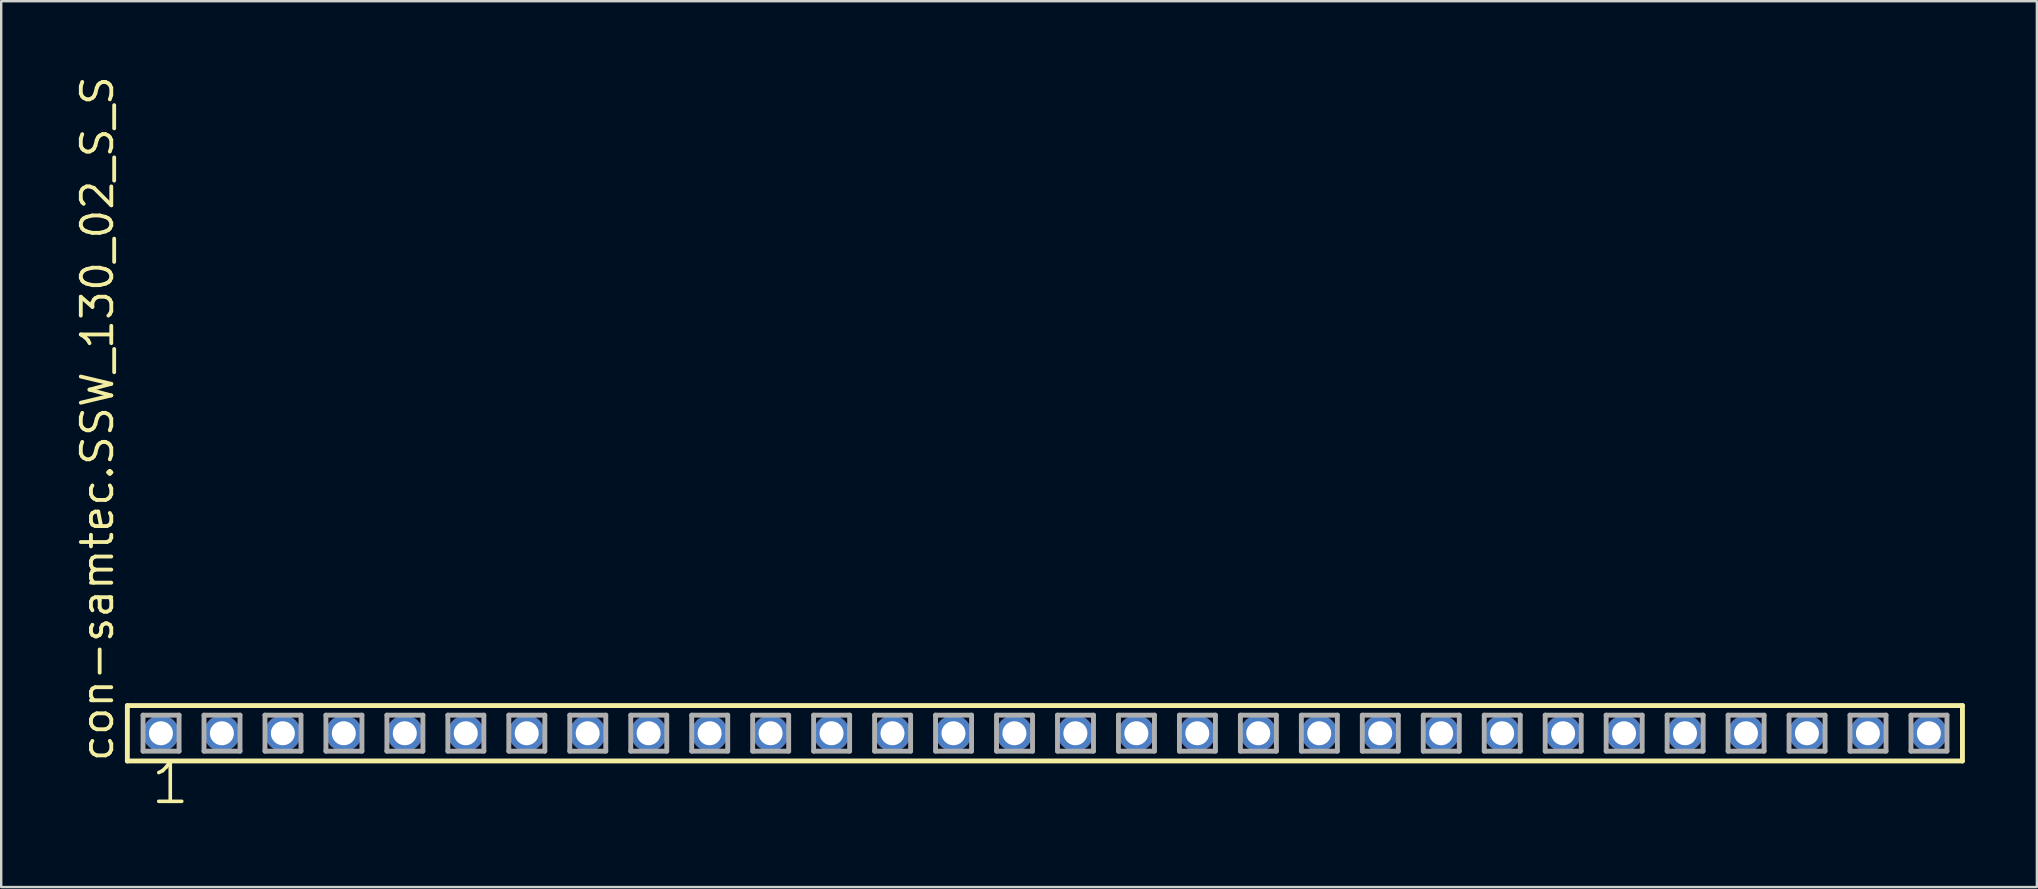
<source format=kicad_pcb>
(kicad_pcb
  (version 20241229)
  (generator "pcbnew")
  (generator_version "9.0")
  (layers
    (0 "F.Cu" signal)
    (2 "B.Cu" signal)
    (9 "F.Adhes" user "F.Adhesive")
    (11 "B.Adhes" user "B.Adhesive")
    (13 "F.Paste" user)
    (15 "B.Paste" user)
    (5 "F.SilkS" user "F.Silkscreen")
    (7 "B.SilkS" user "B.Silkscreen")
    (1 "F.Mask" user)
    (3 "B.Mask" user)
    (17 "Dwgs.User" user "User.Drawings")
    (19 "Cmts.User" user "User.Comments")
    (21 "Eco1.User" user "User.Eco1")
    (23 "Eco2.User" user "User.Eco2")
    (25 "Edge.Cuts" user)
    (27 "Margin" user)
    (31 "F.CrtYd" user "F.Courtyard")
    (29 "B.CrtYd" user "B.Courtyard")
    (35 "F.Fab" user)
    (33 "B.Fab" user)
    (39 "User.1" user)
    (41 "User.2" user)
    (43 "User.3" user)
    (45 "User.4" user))
  (footprint "con-samtec.SSW_130_02_S_S"
    (layer "F.Cu")
    (at 40.485 27.501)
    (property "Reference" "con-samtec.SSW_130_02_S_S" (at -38.735 1.27 90) (layer "F.SilkS") (effects (font (size 1.27 1.27) (thickness 0.16)) (justify left bottom)))
    (attr through_hole)
    (fp_line (start -38.229 -1.155) (end 38.229 -1.155) (stroke (width 0.203) (type default)) (layer "F.SilkS"))
    (fp_line (start -38.229 1.155) (end -38.229 -1.155) (stroke (width 0.203) (type default)) (layer "F.SilkS"))
    (fp_line (start 38.229 -1.155) (end 38.229 1.155) (stroke (width 0.203) (type default)) (layer "F.SilkS"))
    (fp_line (start 38.229 1.155) (end -38.229 1.155) (stroke (width 0.203) (type default)) (layer "F.SilkS"))
    (fp_line (start -37.575 -0.755) (end -36.075 -0.755) (stroke (width 0.203) (type default)) (layer "F.Fab"))
    (fp_line (start -37.575 0.745) (end -37.575 -0.755) (stroke (width 0.203) (type default)) (layer "F.Fab"))
    (fp_line (start -36.075 -0.755) (end -36.075 0.745) (stroke (width 0.203) (type default)) (layer "F.Fab"))
    (fp_line (start -36.075 0.745) (end -37.575 0.745) (stroke (width 0.203) (type default)) (layer "F.Fab"))
    (fp_line (start -35.035 -0.755) (end -33.535 -0.755) (stroke (width 0.203) (type default)) (layer "F.Fab"))
    (fp_line (start -35.035 0.745) (end -35.035 -0.755) (stroke (width 0.203) (type default)) (layer "F.Fab"))
    (fp_line (start -33.535 -0.755) (end -33.535 0.745) (stroke (width 0.203) (type default)) (layer "F.Fab"))
    (fp_line (start -33.535 0.745) (end -35.035 0.745) (stroke (width 0.203) (type default)) (layer "F.Fab"))
    (fp_line (start -32.495 -0.755) (end -30.995 -0.755) (stroke (width 0.203) (type default)) (layer "F.Fab"))
    (fp_line (start -32.495 0.745) (end -32.495 -0.755) (stroke (width 0.203) (type default)) (layer "F.Fab"))
    (fp_line (start -30.995 -0.755) (end -30.995 0.745) (stroke (width 0.203) (type default)) (layer "F.Fab"))
    (fp_line (start -30.995 0.745) (end -32.495 0.745) (stroke (width 0.203) (type default)) (layer "F.Fab"))
    (fp_line (start -29.955 -0.755) (end -28.455 -0.755) (stroke (width 0.203) (type default)) (layer "F.Fab"))
    (fp_line (start -29.955 0.745) (end -29.955 -0.755) (stroke (width 0.203) (type default)) (layer "F.Fab"))
    (fp_line (start -28.455 -0.755) (end -28.455 0.745) (stroke (width 0.203) (type default)) (layer "F.Fab"))
    (fp_line (start -28.455 0.745) (end -29.955 0.745) (stroke (width 0.203) (type default)) (layer "F.Fab"))
    (fp_line (start -27.415 -0.755) (end -25.915 -0.755) (stroke (width 0.203) (type default)) (layer "F.Fab"))
    (fp_line (start -27.415 0.745) (end -27.415 -0.755) (stroke (width 0.203) (type default)) (layer "F.Fab"))
    (fp_line (start -25.915 -0.755) (end -25.915 0.745) (stroke (width 0.203) (type default)) (layer "F.Fab"))
    (fp_line (start -25.915 0.745) (end -27.415 0.745) (stroke (width 0.203) (type default)) (layer "F.Fab"))
    (fp_line (start -24.875 -0.755) (end -23.375 -0.755) (stroke (width 0.203) (type default)) (layer "F.Fab"))
    (fp_line (start -24.875 0.745) (end -24.875 -0.755) (stroke (width 0.203) (type default)) (layer "F.Fab"))
    (fp_line (start -23.375 -0.755) (end -23.375 0.745) (stroke (width 0.203) (type default)) (layer "F.Fab"))
    (fp_line (start -23.375 0.745) (end -24.875 0.745) (stroke (width 0.203) (type default)) (layer "F.Fab"))
    (fp_line (start -22.335 -0.755) (end -20.835 -0.755) (stroke (width 0.203) (type default)) (layer "F.Fab"))
    (fp_line (start -22.335 0.745) (end -22.335 -0.755) (stroke (width 0.203) (type default)) (layer "F.Fab"))
    (fp_line (start -20.835 -0.755) (end -20.835 0.745) (stroke (width 0.203) (type default)) (layer "F.Fab"))
    (fp_line (start -20.835 0.745) (end -22.335 0.745) (stroke (width 0.203) (type default)) (layer "F.Fab"))
    (fp_line (start -19.795 -0.755) (end -18.295 -0.755) (stroke (width 0.203) (type default)) (layer "F.Fab"))
    (fp_line (start -19.795 0.745) (end -19.795 -0.755) (stroke (width 0.203) (type default)) (layer "F.Fab"))
    (fp_line (start -18.295 -0.755) (end -18.295 0.745) (stroke (width 0.203) (type default)) (layer "F.Fab"))
    (fp_line (start -18.295 0.745) (end -19.795 0.745) (stroke (width 0.203) (type default)) (layer "F.Fab"))
    (fp_line (start -17.255 -0.755) (end -15.755 -0.755) (stroke (width 0.203) (type default)) (layer "F.Fab"))
    (fp_line (start -17.255 0.745) (end -17.255 -0.755) (stroke (width 0.203) (type default)) (layer "F.Fab"))
    (fp_line (start -15.755 -0.755) (end -15.755 0.745) (stroke (width 0.203) (type default)) (layer "F.Fab"))
    (fp_line (start -15.755 0.745) (end -17.255 0.745) (stroke (width 0.203) (type default)) (layer "F.Fab"))
    (fp_line (start -14.715 -0.755) (end -13.215 -0.755) (stroke (width 0.203) (type default)) (layer "F.Fab"))
    (fp_line (start -14.715 0.745) (end -14.715 -0.755) (stroke (width 0.203) (type default)) (layer "F.Fab"))
    (fp_line (start -13.215 -0.755) (end -13.215 0.745) (stroke (width 0.203) (type default)) (layer "F.Fab"))
    (fp_line (start -13.215 0.745) (end -14.715 0.745) (stroke (width 0.203) (type default)) (layer "F.Fab"))
    (fp_line (start -12.175 -0.755) (end -10.675 -0.755) (stroke (width 0.203) (type default)) (layer "F.Fab"))
    (fp_line (start -12.175 0.745) (end -12.175 -0.755) (stroke (width 0.203) (type default)) (layer "F.Fab"))
    (fp_line (start -10.675 -0.755) (end -10.675 0.745) (stroke (width 0.203) (type default)) (layer "F.Fab"))
    (fp_line (start -10.675 0.745) (end -12.175 0.745) (stroke (width 0.203) (type default)) (layer "F.Fab"))
    (fp_line (start -9.635 -0.755) (end -8.135 -0.755) (stroke (width 0.203) (type default)) (layer "F.Fab"))
    (fp_line (start -9.635 0.745) (end -9.635 -0.755) (stroke (width 0.203) (type default)) (layer "F.Fab"))
    (fp_line (start -8.135 -0.755) (end -8.135 0.745) (stroke (width 0.203) (type default)) (layer "F.Fab"))
    (fp_line (start -8.135 0.745) (end -9.635 0.745) (stroke (width 0.203) (type default)) (layer "F.Fab"))
    (fp_line (start -7.095 -0.755) (end -5.595 -0.755) (stroke (width 0.203) (type default)) (layer "F.Fab"))
    (fp_line (start -7.095 0.745) (end -7.095 -0.755) (stroke (width 0.203) (type default)) (layer "F.Fab"))
    (fp_line (start -5.595 -0.755) (end -5.595 0.745) (stroke (width 0.203) (type default)) (layer "F.Fab"))
    (fp_line (start -5.595 0.745) (end -7.095 0.745) (stroke (width 0.203) (type default)) (layer "F.Fab"))
    (fp_line (start -4.555 -0.755) (end -3.055 -0.755) (stroke (width 0.203) (type default)) (layer "F.Fab"))
    (fp_line (start -4.555 0.745) (end -4.555 -0.755) (stroke (width 0.203) (type default)) (layer "F.Fab"))
    (fp_line (start -3.055 -0.755) (end -3.055 0.745) (stroke (width 0.203) (type default)) (layer "F.Fab"))
    (fp_line (start -3.055 0.745) (end -4.555 0.745) (stroke (width 0.203) (type default)) (layer "F.Fab"))
    (fp_line (start -2.015 -0.755) (end -0.515 -0.755) (stroke (width 0.203) (type default)) (layer "F.Fab"))
    (fp_line (start -2.015 0.745) (end -2.015 -0.755) (stroke (width 0.203) (type default)) (layer "F.Fab"))
    (fp_line (start -0.515 -0.755) (end -0.515 0.745) (stroke (width 0.203) (type default)) (layer "F.Fab"))
    (fp_line (start -0.515 0.745) (end -2.015 0.745) (stroke (width 0.203) (type default)) (layer "F.Fab"))
    (fp_line (start 0.525 -0.755) (end 2.025 -0.755) (stroke (width 0.203) (type default)) (layer "F.Fab"))
    (fp_line (start 0.525 0.745) (end 0.525 -0.755) (stroke (width 0.203) (type default)) (layer "F.Fab"))
    (fp_line (start 2.025 -0.755) (end 2.025 0.745) (stroke (width 0.203) (type default)) (layer "F.Fab"))
    (fp_line (start 2.025 0.745) (end 0.525 0.745) (stroke (width 0.203) (type default)) (layer "F.Fab"))
    (fp_line (start 3.065 -0.755) (end 4.565 -0.755) (stroke (width 0.203) (type default)) (layer "F.Fab"))
    (fp_line (start 3.065 0.745) (end 3.065 -0.755) (stroke (width 0.203) (type default)) (layer "F.Fab"))
    (fp_line (start 4.565 -0.755) (end 4.565 0.745) (stroke (width 0.203) (type default)) (layer "F.Fab"))
    (fp_line (start 4.565 0.745) (end 3.065 0.745) (stroke (width 0.203) (type default)) (layer "F.Fab"))
    (fp_line (start 5.605 -0.755) (end 7.105 -0.755) (stroke (width 0.203) (type default)) (layer "F.Fab"))
    (fp_line (start 5.605 0.745) (end 5.605 -0.755) (stroke (width 0.203) (type default)) (layer "F.Fab"))
    (fp_line (start 7.105 -0.755) (end 7.105 0.745) (stroke (width 0.203) (type default)) (layer "F.Fab"))
    (fp_line (start 7.105 0.745) (end 5.605 0.745) (stroke (width 0.203) (type default)) (layer "F.Fab"))
    (fp_line (start 8.145 -0.755) (end 9.645 -0.755) (stroke (width 0.203) (type default)) (layer "F.Fab"))
    (fp_line (start 8.145 0.745) (end 8.145 -0.755) (stroke (width 0.203) (type default)) (layer "F.Fab"))
    (fp_line (start 9.645 -0.755) (end 9.645 0.745) (stroke (width 0.203) (type default)) (layer "F.Fab"))
    (fp_line (start 9.645 0.745) (end 8.145 0.745) (stroke (width 0.203) (type default)) (layer "F.Fab"))
    (fp_line (start 10.685 -0.755) (end 12.185 -0.755) (stroke (width 0.203) (type default)) (layer "F.Fab"))
    (fp_line (start 10.685 0.745) (end 10.685 -0.755) (stroke (width 0.203) (type default)) (layer "F.Fab"))
    (fp_line (start 12.185 -0.755) (end 12.185 0.745) (stroke (width 0.203) (type default)) (layer "F.Fab"))
    (fp_line (start 12.185 0.745) (end 10.685 0.745) (stroke (width 0.203) (type default)) (layer "F.Fab"))
    (fp_line (start 13.225 -0.755) (end 14.725 -0.755) (stroke (width 0.203) (type default)) (layer "F.Fab"))
    (fp_line (start 13.225 0.745) (end 13.225 -0.755) (stroke (width 0.203) (type default)) (layer "F.Fab"))
    (fp_line (start 14.725 -0.755) (end 14.725 0.745) (stroke (width 0.203) (type default)) (layer "F.Fab"))
    (fp_line (start 14.725 0.745) (end 13.225 0.745) (stroke (width 0.203) (type default)) (layer "F.Fab"))
    (fp_line (start 15.765 -0.755) (end 17.265 -0.755) (stroke (width 0.203) (type default)) (layer "F.Fab"))
    (fp_line (start 15.765 0.745) (end 15.765 -0.755) (stroke (width 0.203) (type default)) (layer "F.Fab"))
    (fp_line (start 17.265 -0.755) (end 17.265 0.745) (stroke (width 0.203) (type default)) (layer "F.Fab"))
    (fp_line (start 17.265 0.745) (end 15.765 0.745) (stroke (width 0.203) (type default)) (layer "F.Fab"))
    (fp_line (start 18.305 -0.755) (end 19.805 -0.755) (stroke (width 0.203) (type default)) (layer "F.Fab"))
    (fp_line (start 18.305 0.745) (end 18.305 -0.755) (stroke (width 0.203) (type default)) (layer "F.Fab"))
    (fp_line (start 19.805 -0.755) (end 19.805 0.745) (stroke (width 0.203) (type default)) (layer "F.Fab"))
    (fp_line (start 19.805 0.745) (end 18.305 0.745) (stroke (width 0.203) (type default)) (layer "F.Fab"))
    (fp_line (start 20.845 -0.755) (end 22.345 -0.755) (stroke (width 0.203) (type default)) (layer "F.Fab"))
    (fp_line (start 20.845 0.745) (end 20.845 -0.755) (stroke (width 0.203) (type default)) (layer "F.Fab"))
    (fp_line (start 22.345 -0.755) (end 22.345 0.745) (stroke (width 0.203) (type default)) (layer "F.Fab"))
    (fp_line (start 22.345 0.745) (end 20.845 0.745) (stroke (width 0.203) (type default)) (layer "F.Fab"))
    (fp_line (start 23.385 -0.755) (end 24.885 -0.755) (stroke (width 0.203) (type default)) (layer "F.Fab"))
    (fp_line (start 23.385 0.745) (end 23.385 -0.755) (stroke (width 0.203) (type default)) (layer "F.Fab"))
    (fp_line (start 24.885 -0.755) (end 24.885 0.745) (stroke (width 0.203) (type default)) (layer "F.Fab"))
    (fp_line (start 24.885 0.745) (end 23.385 0.745) (stroke (width 0.203) (type default)) (layer "F.Fab"))
    (fp_line (start 25.925 -0.755) (end 27.425 -0.755) (stroke (width 0.203) (type default)) (layer "F.Fab"))
    (fp_line (start 25.925 0.745) (end 25.925 -0.755) (stroke (width 0.203) (type default)) (layer "F.Fab"))
    (fp_line (start 27.425 -0.755) (end 27.425 0.745) (stroke (width 0.203) (type default)) (layer "F.Fab"))
    (fp_line (start 27.425 0.745) (end 25.925 0.745) (stroke (width 0.203) (type default)) (layer "F.Fab"))
    (fp_line (start 28.465 -0.755) (end 29.965 -0.755) (stroke (width 0.203) (type default)) (layer "F.Fab"))
    (fp_line (start 28.465 0.745) (end 28.465 -0.755) (stroke (width 0.203) (type default)) (layer "F.Fab"))
    (fp_line (start 29.965 -0.755) (end 29.965 0.745) (stroke (width 0.203) (type default)) (layer "F.Fab"))
    (fp_line (start 29.965 0.745) (end 28.465 0.745) (stroke (width 0.203) (type default)) (layer "F.Fab"))
    (fp_line (start 31.005 -0.755) (end 32.505 -0.755) (stroke (width 0.203) (type default)) (layer "F.Fab"))
    (fp_line (start 31.005 0.745) (end 31.005 -0.755) (stroke (width 0.203) (type default)) (layer "F.Fab"))
    (fp_line (start 32.505 -0.755) (end 32.505 0.745) (stroke (width 0.203) (type default)) (layer "F.Fab"))
    (fp_line (start 32.505 0.745) (end 31.005 0.745) (stroke (width 0.203) (type default)) (layer "F.Fab"))
    (fp_line (start 33.545 -0.755) (end 35.045 -0.755) (stroke (width 0.203) (type default)) (layer "F.Fab"))
    (fp_line (start 33.545 0.745) (end 33.545 -0.755) (stroke (width 0.203) (type default)) (layer "F.Fab"))
    (fp_line (start 35.045 -0.755) (end 35.045 0.745) (stroke (width 0.203) (type default)) (layer "F.Fab"))
    (fp_line (start 35.045 0.745) (end 33.545 0.745) (stroke (width 0.203) (type default)) (layer "F.Fab"))
    (fp_line (start 36.085 -0.755) (end 37.585 -0.755) (stroke (width 0.203) (type default)) (layer "F.Fab"))
    (fp_line (start 36.085 0.745) (end 36.085 -0.755) (stroke (width 0.203) (type default)) (layer "F.Fab"))
    (fp_line (start 37.585 -0.755) (end 37.585 0.745) (stroke (width 0.203) (type default)) (layer "F.Fab"))
    (fp_line (start 37.585 0.745) (end 36.085 0.745) (stroke (width 0.203) (type default)) (layer "F.Fab"))
    (fp_text user "1" (at -37.338 3.048 0) (layer "F.SilkS") (effects (font (size 1.676 1.676) (thickness 0.15)) (justify left bottom)))
    (pad "1" thru_hole circle (at -36.83 0) (size 1.5 1.5) (drill 1) (layers "*.Cu" "*.Mask"))
    (pad "2" thru_hole circle (at -34.29 0) (size 1.5 1.5) (drill 1) (layers "*.Cu" "*.Mask"))
    (pad "3" thru_hole circle (at -31.75 0) (size 1.5 1.5) (drill 1) (layers "*.Cu" "*.Mask"))
    (pad "4" thru_hole circle (at -29.21 0) (size 1.5 1.5) (drill 1) (layers "*.Cu" "*.Mask"))
    (pad "5" thru_hole circle (at -26.67 0) (size 1.5 1.5) (drill 1) (layers "*.Cu" "*.Mask"))
    (pad "6" thru_hole circle (at -24.13 0) (size 1.5 1.5) (drill 1) (layers "*.Cu" "*.Mask"))
    (pad "7" thru_hole circle (at -21.59 0) (size 1.5 1.5) (drill 1) (layers "*.Cu" "*.Mask"))
    (pad "8" thru_hole circle (at -19.05 0) (size 1.5 1.5) (drill 1) (layers "*.Cu" "*.Mask"))
    (pad "9" thru_hole circle (at -16.51 0) (size 1.5 1.5) (drill 1) (layers "*.Cu" "*.Mask"))
    (pad "10" thru_hole circle (at -13.97 0) (size 1.5 1.5) (drill 1) (layers "*.Cu" "*.Mask"))
    (pad "11" thru_hole circle (at -11.43 0) (size 1.5 1.5) (drill 1) (layers "*.Cu" "*.Mask"))
    (pad "12" thru_hole circle (at -8.89 0) (size 1.5 1.5) (drill 1) (layers "*.Cu" "*.Mask"))
    (pad "13" thru_hole circle (at -6.35 0) (size 1.5 1.5) (drill 1) (layers "*.Cu" "*.Mask"))
    (pad "14" thru_hole circle (at -3.81 0) (size 1.5 1.5) (drill 1) (layers "*.Cu" "*.Mask"))
    (pad "15" thru_hole circle (at -1.27 0) (size 1.5 1.5) (drill 1) (layers "*.Cu" "*.Mask"))
    (pad "16" thru_hole circle (at 1.27 0) (size 1.5 1.5) (drill 1) (layers "*.Cu" "*.Mask"))
    (pad "17" thru_hole circle (at 3.81 0) (size 1.5 1.5) (drill 1) (layers "*.Cu" "*.Mask"))
    (pad "18" thru_hole circle (at 6.35 0) (size 1.5 1.5) (drill 1) (layers "*.Cu" "*.Mask"))
    (pad "19" thru_hole circle (at 8.89 0) (size 1.5 1.5) (drill 1) (layers "*.Cu" "*.Mask"))
    (pad "20" thru_hole circle (at 11.43 0) (size 1.5 1.5) (drill 1) (layers "*.Cu" "*.Mask"))
    (pad "21" thru_hole circle (at 13.97 0) (size 1.5 1.5) (drill 1) (layers "*.Cu" "*.Mask"))
    (pad "22" thru_hole circle (at 16.51 0) (size 1.5 1.5) (drill 1) (layers "*.Cu" "*.Mask"))
    (pad "23" thru_hole circle (at 19.05 0) (size 1.5 1.5) (drill 1) (layers "*.Cu" "*.Mask"))
    (pad "24" thru_hole circle (at 21.59 0) (size 1.5 1.5) (drill 1) (layers "*.Cu" "*.Mask"))
    (pad "25" thru_hole circle (at 24.13 0) (size 1.5 1.5) (drill 1) (layers "*.Cu" "*.Mask"))
    (pad "26" thru_hole circle (at 26.67 0) (size 1.5 1.5) (drill 1) (layers "*.Cu" "*.Mask"))
    (pad "27" thru_hole circle (at 29.21 0) (size 1.5 1.5) (drill 1) (layers "*.Cu" "*.Mask"))
    (pad "28" thru_hole circle (at 31.75 0) (size 1.5 1.5) (drill 1) (layers "*.Cu" "*.Mask"))
    (pad "29" thru_hole circle (at 34.29 0) (size 1.5 1.5) (drill 1) (layers "*.Cu" "*.Mask"))
    (pad "30" thru_hole circle (at 36.83 0) (size 1.5 1.5) (drill 1) (layers "*.Cu" "*.Mask")))
  (gr_rect
    (start -3 -3)
    (end 81.816 33.91)
    (stroke (width 0.1) (type default))
    (fill no)
    (layer "Edge.Cuts")))
</source>
